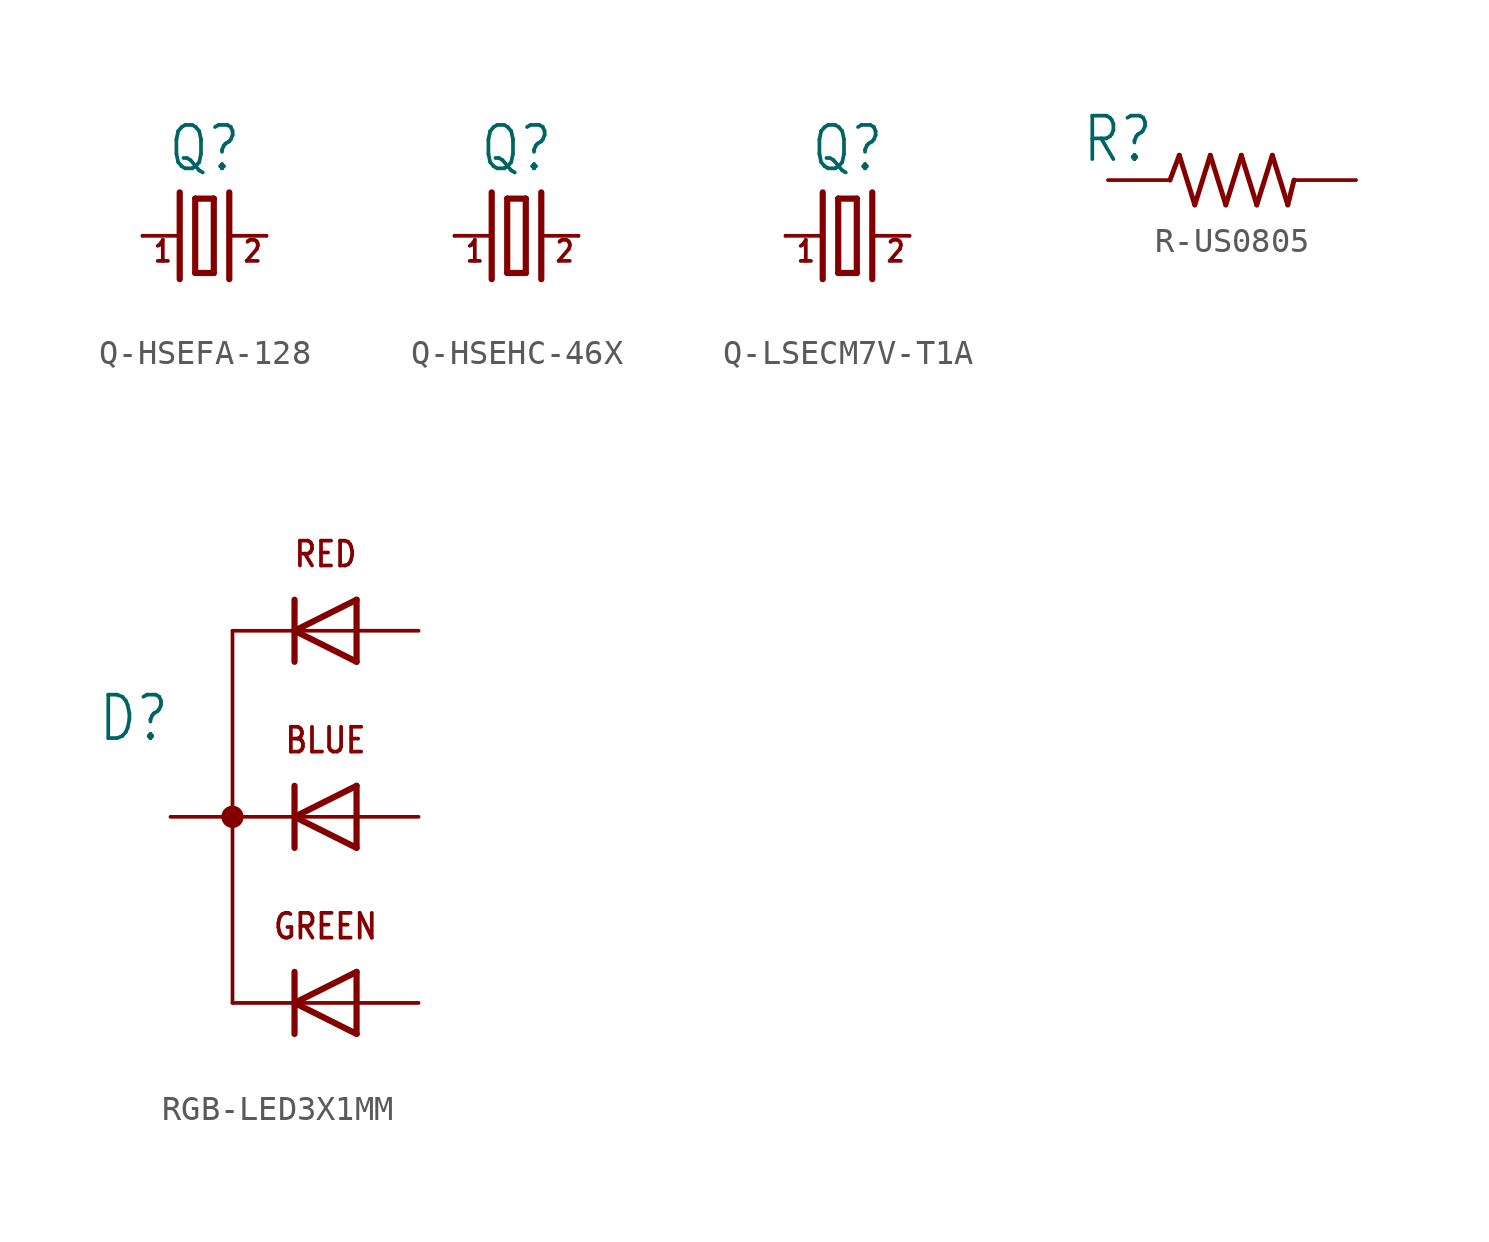
<source format=kicad_sym>
(kicad_symbol_lib
  (version 20241209)
  (generator "kicad_symbol_editor")
  (generator_version "9.0")
  (symbol "Q-HSEFA-128"
    (property "Reference" "Q"
      (at 0 2.54 0)
      (effects (font (size 1.778 1.511)) (justify bottom)))
    (property "Value" ""
      (at 0 -2.54 0)
      (effects (font (size 1.778 1.511)) (justify top)))
    (property "ki_locked" ""
      (at 0 0 0)
      (effects (font (size 1.27 1.27))))
    (symbol "Q-HSEFA-128_1_0"
      (polyline (pts (xy -2.54 0) (xy -1.016 0)) (stroke (width 0.152) (type solid)) (fill (type none)))
      (polyline (pts (xy -1.016 1.778) (xy -1.016 -1.778)) (stroke (width 0.254) (type solid)) (fill (type none)))
      (polyline (pts (xy -0.381 1.524) (xy -0.381 -1.524)) (stroke (width 0.254) (type solid)) (fill (type none)))
      (polyline (pts (xy -0.381 -1.524) (xy 0.381 -1.524)) (stroke (width 0.254) (type solid)) (fill (type none)))
      (polyline (pts (xy 0.381 1.524) (xy -0.381 1.524)) (stroke (width 0.254) (type solid)) (fill (type none)))
      (polyline (pts (xy 0.381 -1.524) (xy 0.381 1.524)) (stroke (width 0.254) (type solid)) (fill (type none)))
      (polyline (pts (xy 1.016 1.778) (xy 1.016 -1.778)) (stroke (width 0.254) (type solid)) (fill (type none)))
      (polyline (pts (xy 1.016 0) (xy 2.54 0)) (stroke (width 0.152) (type solid)) (fill (type none)))
      (text "1" (at -2.159 -1.143 0) (effects (font (size 0.864 0.734)) (justify left bottom)))
      (text "2" (at 1.524 -1.143 0) (effects (font (size 0.864 0.734)) (justify left bottom)))
      (pin passive line (at -2.54 0 0) (length 0) (name "1" (effects (font (size 0 0)))) (number "1" (effects (font (size 0 0)))))
      (pin passive line (at 2.54 0 180) (length 0) (name "2" (effects (font (size 0 0)))) (number "3" (effects (font (size 0 0)))))))
  (symbol "Q-HSEHC-46X"
    (property "Reference" "Q"
      (at 0 2.54 0)
      (effects (font (size 1.778 1.511)) (justify bottom)))
    (property "Value" ""
      (at 0 -2.54 0)
      (effects (font (size 1.778 1.511)) (justify top)))
    (property "ki_locked" ""
      (at 0 0 0)
      (effects (font (size 1.27 1.27))))
    (symbol "Q-HSEHC-46X_1_0"
      (polyline (pts (xy -2.54 0) (xy -1.016 0)) (stroke (width 0.152) (type solid)) (fill (type none)))
      (polyline (pts (xy -1.016 1.778) (xy -1.016 -1.778)) (stroke (width 0.254) (type solid)) (fill (type none)))
      (polyline (pts (xy -0.381 1.524) (xy -0.381 -1.524)) (stroke (width 0.254) (type solid)) (fill (type none)))
      (polyline (pts (xy -0.381 -1.524) (xy 0.381 -1.524)) (stroke (width 0.254) (type solid)) (fill (type none)))
      (polyline (pts (xy 0.381 1.524) (xy -0.381 1.524)) (stroke (width 0.254) (type solid)) (fill (type none)))
      (polyline (pts (xy 0.381 -1.524) (xy 0.381 1.524)) (stroke (width 0.254) (type solid)) (fill (type none)))
      (polyline (pts (xy 1.016 1.778) (xy 1.016 -1.778)) (stroke (width 0.254) (type solid)) (fill (type none)))
      (polyline (pts (xy 1.016 0) (xy 2.54 0)) (stroke (width 0.152) (type solid)) (fill (type none)))
      (text "1" (at -2.159 -1.143 0) (effects (font (size 0.864 0.734)) (justify left bottom)))
      (text "2" (at 1.524 -1.143 0) (effects (font (size 0.864 0.734)) (justify left bottom)))
      (pin passive line (at -2.54 0 0) (length 0) (name "1" (effects (font (size 0 0)))) (number "1" (effects (font (size 0 0)))))
      (pin passive line (at 2.54 0 180) (length 0) (name "2" (effects (font (size 0 0)))) (number "2" (effects (font (size 0 0)))))))
  (symbol "Q-LSECM7V-T1A"
    (property "Reference" "Q"
      (at 0 2.54 0)
      (effects (font (size 1.778 1.511)) (justify bottom)))
    (property "Value" ""
      (at 0 -2.54 0)
      (effects (font (size 1.778 1.511)) (justify top)))
    (property "ki_locked" ""
      (at 0 0 0)
      (effects (font (size 1.27 1.27))))
    (symbol "Q-LSECM7V-T1A_1_0"
      (polyline (pts (xy -2.54 0) (xy -1.016 0)) (stroke (width 0.152) (type solid)) (fill (type none)))
      (polyline (pts (xy -1.016 1.778) (xy -1.016 -1.778)) (stroke (width 0.254) (type solid)) (fill (type none)))
      (polyline (pts (xy -0.381 1.524) (xy -0.381 -1.524)) (stroke (width 0.254) (type solid)) (fill (type none)))
      (polyline (pts (xy -0.381 -1.524) (xy 0.381 -1.524)) (stroke (width 0.254) (type solid)) (fill (type none)))
      (polyline (pts (xy 0.381 1.524) (xy -0.381 1.524)) (stroke (width 0.254) (type solid)) (fill (type none)))
      (polyline (pts (xy 0.381 -1.524) (xy 0.381 1.524)) (stroke (width 0.254) (type solid)) (fill (type none)))
      (polyline (pts (xy 1.016 1.778) (xy 1.016 -1.778)) (stroke (width 0.254) (type solid)) (fill (type none)))
      (polyline (pts (xy 1.016 0) (xy 2.54 0)) (stroke (width 0.152) (type solid)) (fill (type none)))
      (text "1" (at -2.159 -1.143 0) (effects (font (size 0.864 0.734)) (justify left bottom)))
      (text "2" (at 1.524 -1.143 0) (effects (font (size 0.864 0.734)) (justify left bottom)))
      (pin passive line (at -2.54 0 0) (length 0) (name "1" (effects (font (size 0 0)))) (number "1" (effects (font (size 0 0)))))
      (pin passive line (at 2.54 0 180) (length 0) (name "2" (effects (font (size 0 0)))) (number "2" (effects (font (size 0 0)))))))
  (symbol "R-US0805"
    (property "Reference" "R"
      (at -3.175 0.635 0)
      (effects (font (size 1.778 1.511)) (justify right bottom)))
    (property "Value" ""
      (at 3.175 -0.635 0)
      (effects (font (size 1.778 1.511)) (justify left top)))
    (property "ki_locked" ""
      (at 0 0 0)
      (effects (font (size 1.27 1.27))))
    (symbol "R-US0805_1_0"
      (polyline (pts (xy -2.54 0) (xy -2.159 1.016)) (stroke (width 0.203) (type solid)) (fill (type none)))
      (polyline (pts (xy -2.159 1.016) (xy -1.524 -1.016)) (stroke (width 0.203) (type solid)) (fill (type none)))
      (polyline (pts (xy -1.524 -1.016) (xy -0.889 1.016)) (stroke (width 0.203) (type solid)) (fill (type none)))
      (polyline (pts (xy -0.889 1.016) (xy -0.254 -1.016)) (stroke (width 0.203) (type solid)) (fill (type none)))
      (polyline (pts (xy -0.254 -1.016) (xy 0.381 1.016)) (stroke (width 0.203) (type solid)) (fill (type none)))
      (polyline (pts (xy 0.381 1.016) (xy 1.016 -1.016)) (stroke (width 0.203) (type solid)) (fill (type none)))
      (polyline (pts (xy 1.016 -1.016) (xy 1.651 1.016)) (stroke (width 0.203) (type solid)) (fill (type none)))
      (polyline (pts (xy 1.651 1.016) (xy 2.286 -1.016)) (stroke (width 0.203) (type solid)) (fill (type none)))
      (polyline (pts (xy 2.286 -1.016) (xy 2.54 0)) (stroke (width 0.203) (type solid)) (fill (type none)))
      (pin passive line (at -5.08 0 0) (length 2.54) (name "1" (effects (font (size 0 0)))) (number "1" (effects (font (size 0 0)))))
      (pin passive line (at 5.08 0 180) (length 2.54) (name "2" (effects (font (size 0 0)))) (number "2" (effects (font (size 0 0)))))))
  (symbol "RGB-LED3X1MM"
    (property "Reference" "D"
      (at -2.54 5.08 0)
      (effects (font (size 1.778 1.511)) (justify right top)))
    (property "Value" ""
      (at -2.54 -2.54 0)
      (effects (font (size 1.778 1.511)) (justify right top)))
    (property "ki_locked" ""
      (at 0 0 0)
      (effects (font (size 1.27 1.27))))
    (symbol "RGB-LED3X1MM_1_0"
      (polyline (pts (xy 0 7.62) (xy 0 -7.62)) (stroke (width 0.152) (type solid)) (fill (type none)))
      (circle (center 0 0) (radius 0.254) (stroke (width 0.406) (type solid)) (fill (type none)))
      (polyline (pts (xy 0 -7.62) (xy 2.54 -7.62)) (stroke (width 0.152) (type solid)) (fill (type none)))
      (polyline (pts (xy 2.54 7.62) (xy 0 7.62)) (stroke (width 0.152) (type solid)) (fill (type none)))
      (polyline (pts (xy 2.54 7.62) (xy 2.54 8.89)) (stroke (width 0.254) (type solid)) (fill (type none)))
      (polyline (pts (xy 2.54 7.62) (xy 5.08 8.89)) (stroke (width 0.254) (type solid)) (fill (type none)))
      (polyline (pts (xy 2.54 6.35) (xy 2.54 7.62)) (stroke (width 0.254) (type solid)) (fill (type none)))
      (polyline (pts (xy 2.54 0) (xy 0 0)) (stroke (width 0.152) (type solid)) (fill (type none)))
      (polyline (pts (xy 2.54 0) (xy 2.54 1.27)) (stroke (width 0.254) (type solid)) (fill (type none)))
      (polyline (pts (xy 2.54 0) (xy 5.08 1.27)) (stroke (width 0.254) (type solid)) (fill (type none)))
      (polyline (pts (xy 2.54 -1.27) (xy 2.54 0)) (stroke (width 0.254) (type solid)) (fill (type none)))
      (polyline (pts (xy 2.54 -7.62) (xy 2.54 -6.35)) (stroke (width 0.254) (type solid)) (fill (type none)))
      (polyline (pts (xy 2.54 -7.62) (xy 5.08 -6.35)) (stroke (width 0.254) (type solid)) (fill (type none)))
      (polyline (pts (xy 2.54 -8.89) (xy 2.54 -7.62)) (stroke (width 0.254) (type solid)) (fill (type none)))
      (polyline (pts (xy 5.08 7.62) (xy 2.54 7.62)) (stroke (width 0.152) (type solid)) (fill (type none)))
      (polyline (pts (xy 5.08 7.62) (xy 5.08 8.89)) (stroke (width 0.254) (type solid)) (fill (type none)))
      (polyline (pts (xy 5.08 6.35) (xy 2.54 7.62)) (stroke (width 0.254) (type solid)) (fill (type none)))
      (polyline (pts (xy 5.08 6.35) (xy 5.08 7.62)) (stroke (width 0.254) (type solid)) (fill (type none)))
      (polyline (pts (xy 5.08 0) (xy 2.54 0)) (stroke (width 0.152) (type solid)) (fill (type none)))
      (polyline (pts (xy 5.08 0) (xy 5.08 1.27)) (stroke (width 0.254) (type solid)) (fill (type none)))
      (polyline (pts (xy 5.08 -1.27) (xy 2.54 0)) (stroke (width 0.254) (type solid)) (fill (type none)))
      (polyline (pts (xy 5.08 -1.27) (xy 5.08 0)) (stroke (width 0.254) (type solid)) (fill (type none)))
      (polyline (pts (xy 5.08 -7.62) (xy 2.54 -7.62)) (stroke (width 0.152) (type solid)) (fill (type none)))
      (polyline (pts (xy 5.08 -7.62) (xy 5.08 -6.35)) (stroke (width 0.254) (type solid)) (fill (type none)))
      (polyline (pts (xy 5.08 -8.89) (xy 2.54 -7.62)) (stroke (width 0.254) (type solid)) (fill (type none)))
      (polyline (pts (xy 5.08 -8.89) (xy 5.08 -7.62)) (stroke (width 0.254) (type solid)) (fill (type none)))
      (text "RED" (at 3.81 10.16 0) (effects (font (size 1.016 0.864)) (justify bottom)))
      (text "BLUE" (at 3.81 2.54 0) (effects (font (size 1.016 0.864)) (justify bottom)))
      (text "GREEN" (at 3.81 -5.08 0) (effects (font (size 1.016 0.864)) (justify bottom)))
      (pin passive line (at -2.54 0 0) (length 2.54) (name "C" (effects (font (size 0 0)))) (number "P$2" (effects (font (size 0 0)))))
      (pin passive line (at 7.62 7.62 180) (length 2.54) (name "AR" (effects (font (size 0 0)))) (number "P$1" (effects (font (size 0 0)))))
      (pin passive line (at 7.62 0 180) (length 2.54) (name "AB" (effects (font (size 0 0)))) (number "P$4" (effects (font (size 0 0)))))
      (pin passive line (at 7.62 -7.62 180) (length 2.54) (name "AG" (effects (font (size 0 0)))) (number "P$3" (effects (font (size 0 0))))))))
</source>
